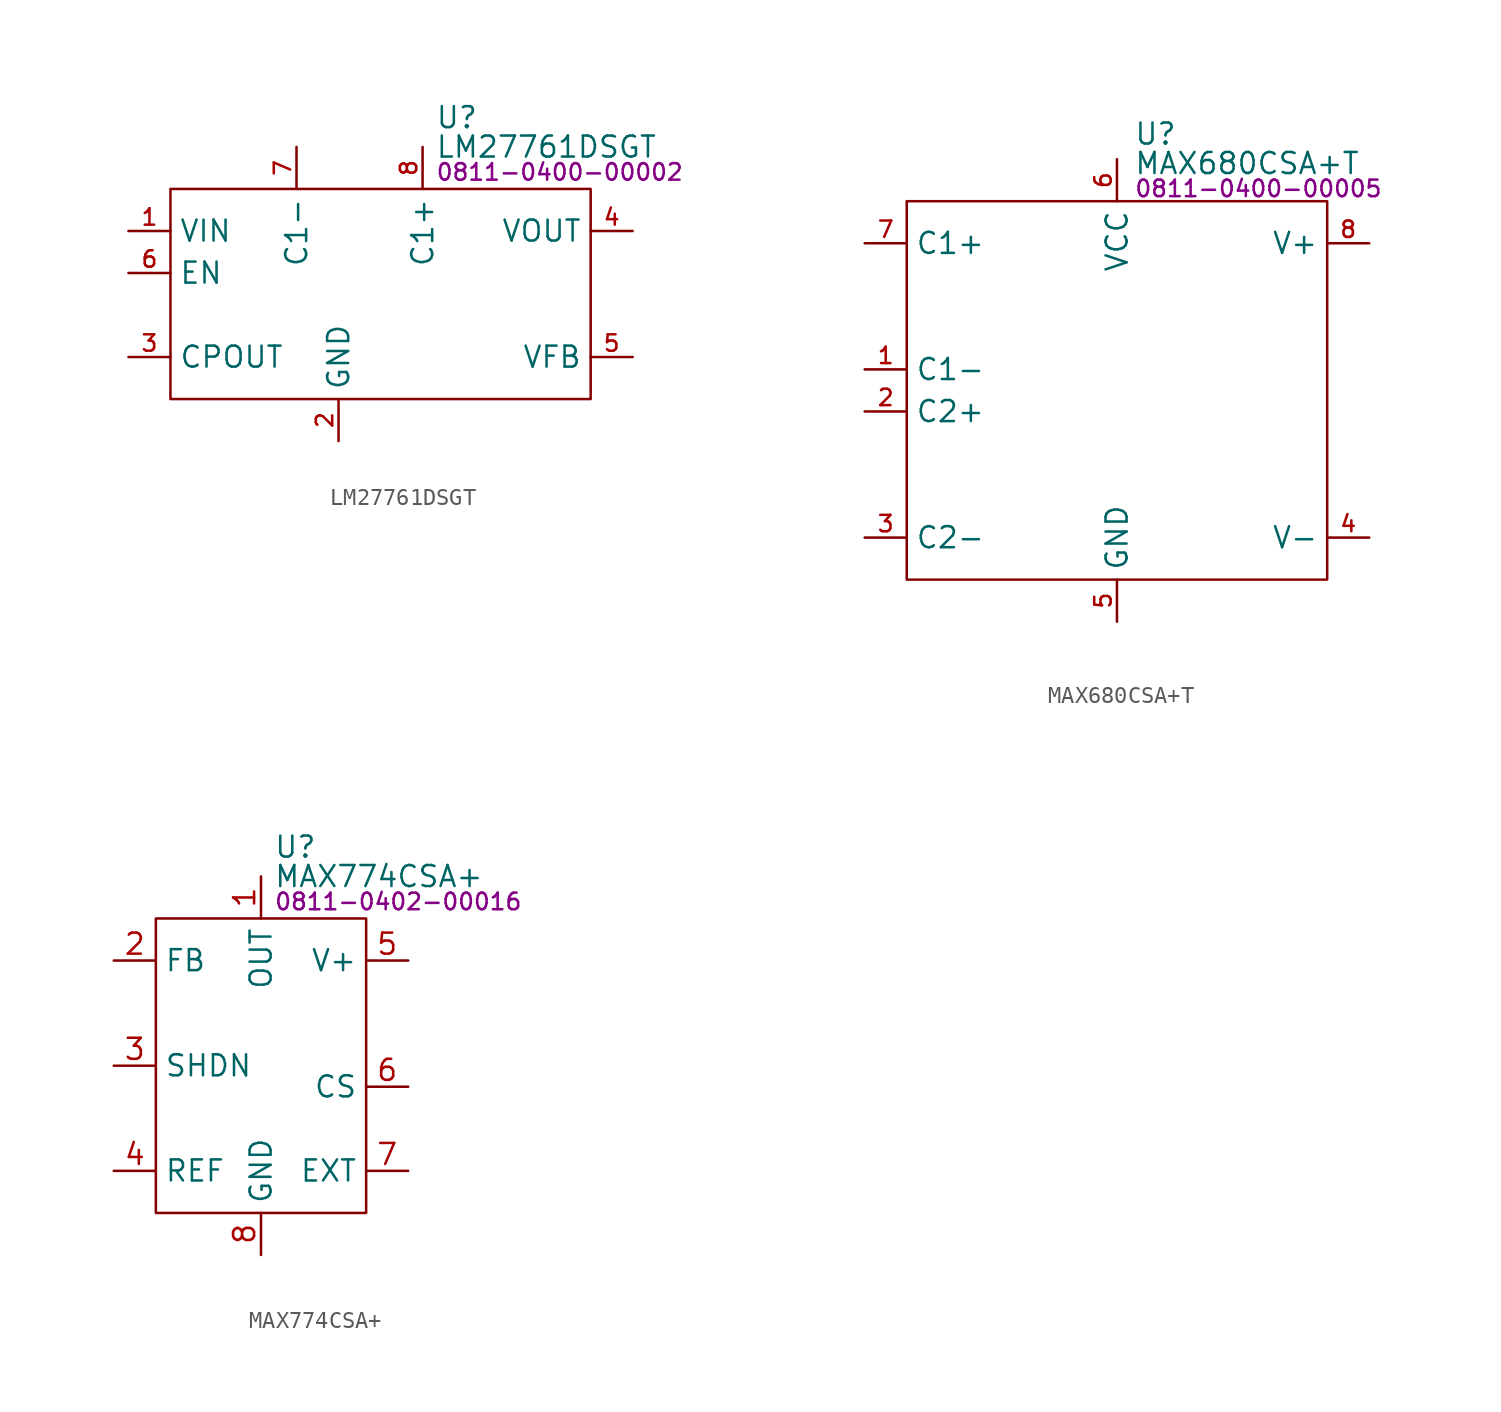
<source format=kicad_sym>
(kicad_symbol_lib
  (version 20231120)
  (generator "kicad_symbol_editor")
  (generator_version "8.0")
  (symbol "LM27761DSGT"
    (property "Reference" "U"
      (at 16.002 4.318 0)
      (effects (font (size 1.27 1.27)) (justify left)))
    (property "Value" "LM27761DSGT"
      (at 16.002 2.54 0)
      (effects (font (size 1.27 1.27)) (justify left)))
    (property "PartNumber" "0811-0400-00002"
      (at 16.002 1.016 0)
      (effects (font (size 1 1)) (justify left)))
    (symbol "LM27761DSGT_0_0"
      (rectangle (start 0 0) (end 25.4 -12.7) (stroke (width 0) (type default)) (fill (type none)))
      (pin power_in line (at -2.54 -2.54 0) (length 2.54) (name "VIN" (effects (font (size 1.27 1.27)))) (number "1" (effects (font (size 0.991 0.991)))))
      (pin power_in line (at 10.16 -15.24 90) (length 2.54) (name "GND" (effects (font (size 1.27 1.27)))) (number "2" (effects (font (size 0.991 0.991)))))
      (pin power_out line (at -2.54 -10.16 0) (length 2.54) (name "CPOUT" (effects (font (size 1.27 1.27)))) (number "3" (effects (font (size 0.991 0.991)))))
      (pin power_out line (at 27.94 -2.54 180) (length 2.54) (name "VOUT" (effects (font (size 1.27 1.27)))) (number "4" (effects (font (size 0.991 0.991)))))
      (pin input line (at 27.94 -10.16 180) (length 2.54) (name "VFB" (effects (font (size 1.27 1.27)))) (number "5" (effects (font (size 0.991 0.991)))))
      (pin input line (at -2.54 -5.08 0) (length 2.54) (name "EN" (effects (font (size 1.27 1.27)))) (number "6" (effects (font (size 0.991 0.991)))))
      (pin passive line (at 7.62 2.54 270) (length 2.54) (name "C1-" (effects (font (size 1.27 1.27)))) (number "7" (effects (font (size 0.991 0.991)))))
      (pin passive line (at 15.24 2.54 270) (length 2.54) (name "C1+" (effects (font (size 1.27 1.27)))) (number "8" (effects (font (size 0.991 0.991)))))
      (pin power_in line (at 10.16 -15.24 90) (length 2.54) hide (name "GND" (effects (font (size 1.27 1.27)))) (number "9" (effects (font (size 0.991 0.991)))))))
  (symbol "MAX680CSA+T"
    (property "Reference" "U"
      (at 13.716 4.064 0)
      (effects (font (size 1.27 1.27)) (justify left)))
    (property "Value" "MAX680CSA+T"
      (at 13.716 2.286 0)
      (effects (font (size 1.27 1.27)) (justify left)))
    (property "PartNumber" "0811-0400-00005"
      (at 13.716 0.762 0)
      (effects (font (size 1 1)) (justify left)))
    (symbol "MAX680CSA+T_0_0"
      (pin passive line (at -2.54 -10.16 0) (length 2.54) (name "C1-" (effects (font (size 1.27 1.27)))) (number "1" (effects (font (size 0.991 0.991)))))
      (pin passive line (at -2.54 -12.7 0) (length 2.54) (name "C2+" (effects (font (size 1.27 1.27)))) (number "2" (effects (font (size 0.991 0.991)))))
      (pin passive line (at -2.54 -20.32 0) (length 2.54) (name "C2-" (effects (font (size 1.27 1.27)))) (number "3" (effects (font (size 0.991 0.991)))))
      (pin power_out line (at 27.94 -20.32 180) (length 2.54) (name "V-" (effects (font (size 1.27 1.27)))) (number "4" (effects (font (size 0.991 0.991)))))
      (pin power_in line (at 12.7 -25.4 90) (length 2.54) (name "GND" (effects (font (size 1.27 1.27)))) (number "5" (effects (font (size 0.991 0.991)))))
      (pin power_in line (at 12.7 2.54 270) (length 2.54) (name "VCC" (effects (font (size 1.27 1.27)))) (number "6" (effects (font (size 0.991 0.991)))))
      (pin passive line (at -2.54 -2.54 0) (length 2.54) (name "C1+" (effects (font (size 1.27 1.27)))) (number "7" (effects (font (size 0.991 0.991)))))
      (pin power_out line (at 27.94 -2.54 180) (length 2.54) (name "V+" (effects (font (size 1.27 1.27)))) (number "8" (effects (font (size 0.991 0.991))))))
    (symbol "MAX680CSA+T_0_1"
      (rectangle (start 0 0) (end 25.4 -22.86) (stroke (width 0) (type default)) (fill (type none)))))
  (symbol "MAX774CSA+"
    (property "Reference" "U"
      (at 0.762 13.208 0)
      (effects (font (size 1.27 1.27)) (justify left)))
    (property "Value" "MAX774CSA+"
      (at 0.762 11.43 0)
      (effects (font (size 1.27 1.27)) (justify left)))
    (property "PartNumber" "0811-0402-00016"
      (at 0.762 9.906 0)
      (effects (font (size 1 1)) (justify left)))
    (symbol "MAX774CSA+_0_0"
      (pin unspecified line (at 0 11.43 270) (length 2.54) (name "OUT" (effects (font (size 1.27 1.27)))) (number "1" (effects (font (size 1.27 1.27)))))
      (pin unspecified line (at -8.89 6.35 0) (length 2.54) (name "FB" (effects (font (size 1.27 1.27)))) (number "2" (effects (font (size 1.27 1.27)))))
      (pin unspecified line (at -8.89 0 0) (length 2.54) (name "SHDN" (effects (font (size 1.27 1.27)))) (number "3" (effects (font (size 1.27 1.27)))))
      (pin unspecified line (at -8.89 -6.35 0) (length 2.54) (name "REF" (effects (font (size 1.27 1.27)))) (number "4" (effects (font (size 1.27 1.27)))))
      (pin unspecified line (at 8.89 6.35 180) (length 2.54) (name "V+" (effects (font (size 1.27 1.27)))) (number "5" (effects (font (size 1.27 1.27)))))
      (pin unspecified line (at 8.89 -1.27 180) (length 2.54) (name "CS" (effects (font (size 1.27 1.27)))) (number "6" (effects (font (size 1.27 1.27)))))
      (pin unspecified line (at 8.89 -6.35 180) (length 2.54) (name "EXT" (effects (font (size 1.27 1.27)))) (number "7" (effects (font (size 1.27 1.27)))))
      (pin unspecified line (at 0 -11.43 90) (length 2.54) (name "GND" (effects (font (size 1.27 1.27)))) (number "8" (effects (font (size 1.27 1.27))))))
    (symbol "MAX774CSA+_0_1"
      (rectangle (start -6.35 8.89) (end 6.35 -8.89) (stroke (width 0) (type default)) (fill (type none))))))
</source>
